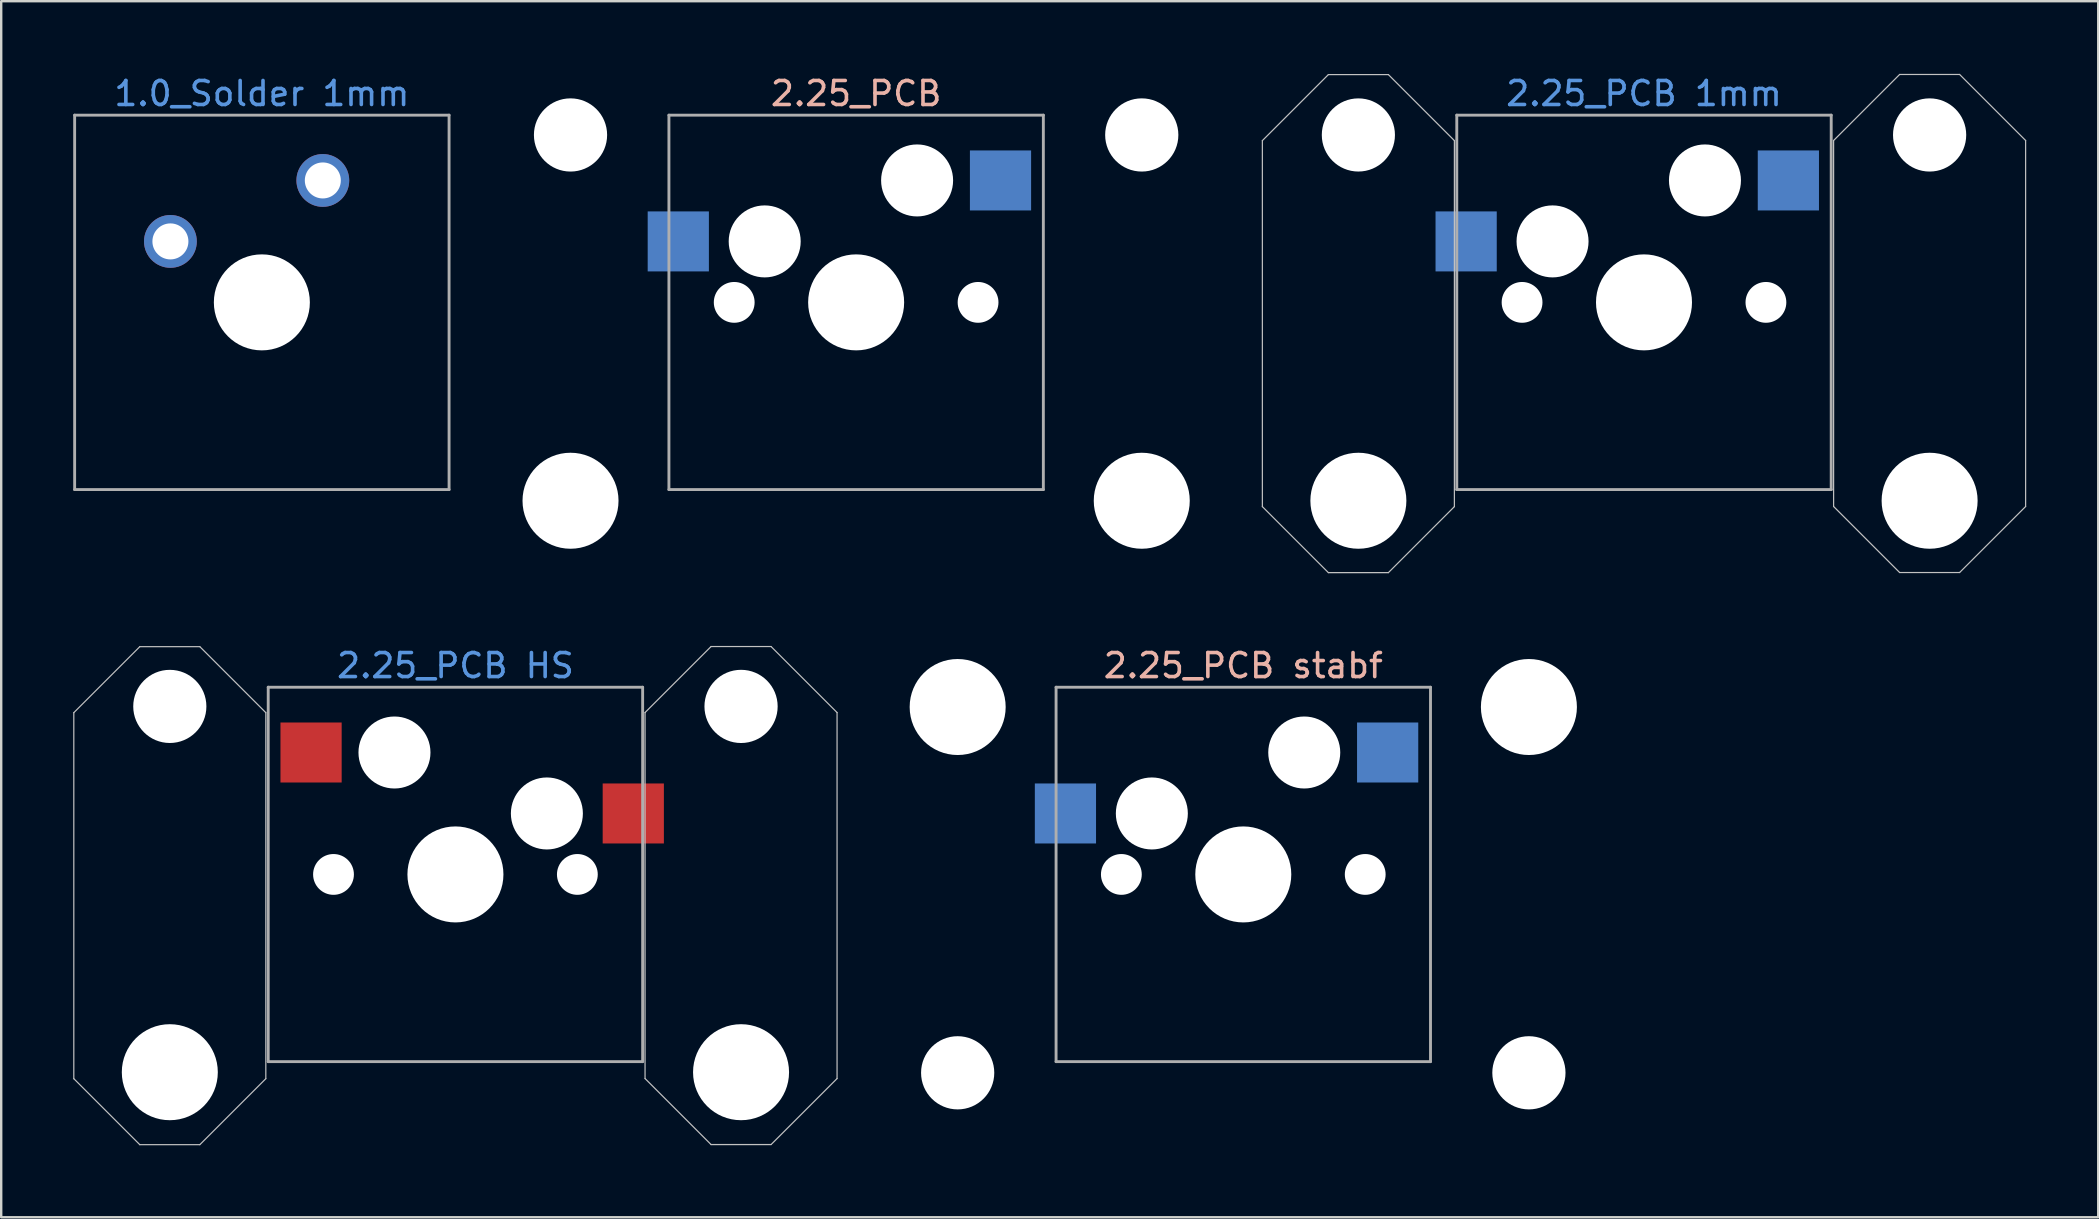
<source format=kicad_pcb>
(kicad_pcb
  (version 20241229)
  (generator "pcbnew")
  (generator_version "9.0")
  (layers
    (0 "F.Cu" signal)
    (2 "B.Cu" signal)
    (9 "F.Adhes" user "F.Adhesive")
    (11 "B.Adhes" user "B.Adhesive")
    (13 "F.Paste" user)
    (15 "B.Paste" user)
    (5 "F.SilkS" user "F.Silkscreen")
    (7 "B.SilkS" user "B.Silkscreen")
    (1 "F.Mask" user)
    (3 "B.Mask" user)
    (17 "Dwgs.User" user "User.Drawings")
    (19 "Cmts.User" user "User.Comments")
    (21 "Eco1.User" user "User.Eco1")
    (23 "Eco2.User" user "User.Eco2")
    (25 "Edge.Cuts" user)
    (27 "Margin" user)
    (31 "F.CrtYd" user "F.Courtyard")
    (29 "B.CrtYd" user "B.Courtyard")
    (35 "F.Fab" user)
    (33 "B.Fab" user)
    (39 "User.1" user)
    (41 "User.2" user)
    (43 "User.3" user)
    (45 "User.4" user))
  (footprint "1.0_Solder 1mm"
    (layer "F.Cu")
    (at 7.86 9.548)
    (property "Reference" "1.0_Solder 1mm" (at 0 -8.7 0) (layer "Cmts.User") (effects (font (size 1 1) (thickness 0.15))))
    (attr through_hole)
    (fp_line (start -7.8 -7.8) (end 7.8 -7.8) (stroke (width 0.12) (type solid)) (layer "F.Fab"))
    (fp_line (start -7.8 7.8) (end -7.8 -7.8) (stroke (width 0.12) (type solid)) (layer "F.Fab"))
    (fp_line (start 7.8 7.8) (end -7.8 7.8) (stroke (width 0.12) (type solid)) (layer "F.Fab"))
    (fp_line (start 7.8 7.8) (end 7.8 -7.8) (stroke (width 0.12) (type solid)) (layer "F.Fab"))
    (pad "" np_thru_hole circle (at 0 0) (size 4 4) (drill 4) (layers "*.Cu" "*.Mask"))
    (pad "1" thru_hole circle (at -3.81 -2.54) (size 2.2 2.2) (drill 1.5) (layers "*.Cu" "*.Mask"))
    (pad "2" thru_hole circle (at 2.54 -5.08) (size 2.2 2.2) (drill 1.5) (layers "*.Cu" "*.Mask")))
  (footprint "2.25_PCB HS"
    (layer "F.Cu")
    (at 15.925 33.382)
    (property "Reference" "2.25_PCB HS" (at 0 -8.7 0) (layer "Cmts.User") (effects (font (size 1 1) (thickness 0.15))))
    (attr smd)
    (fp_line (start -15.9 -6.74) (end -15.9 8.51) (stroke (width 0.05) (type solid)) (layer "Dwgs.User"))
    (fp_line (start -15.9 -6.74) (end -13.15 -9.49) (stroke (width 0.05) (type solid)) (layer "Dwgs.User"))
    (fp_line (start -13.15 -9.49) (end -10.65 -9.49) (stroke (width 0.05) (type solid)) (layer "Dwgs.User"))
    (fp_line (start -13.15 11.26) (end -15.9 8.51) (stroke (width 0.05) (type solid)) (layer "Dwgs.User"))
    (fp_line (start -10.65 11.26) (end -13.15 11.26) (stroke (width 0.05) (type solid)) (layer "Dwgs.User"))
    (fp_line (start -7.9 8.51) (end -10.65 11.26) (stroke (width 0.05) (type solid)) (layer "Dwgs.User"))
    (fp_line (start -7.9 -6.74) (end -10.65 -9.49) (stroke (width 0.05) (type solid)) (layer "Dwgs.User"))
    (fp_line (start -7.9 -6.74) (end -7.9 8.51) (stroke (width 0.05) (type solid)) (layer "Dwgs.User"))
    (fp_line (start 7.9 -6.745) (end 7.9 8.505) (stroke (width 0.05) (type solid)) (layer "Dwgs.User"))
    (fp_line (start 7.9 -6.745) (end 10.65 -9.495) (stroke (width 0.05) (type solid)) (layer "Dwgs.User"))
    (fp_line (start 10.65 -9.495) (end 13.15 -9.495) (stroke (width 0.05) (type solid)) (layer "Dwgs.User"))
    (fp_line (start 10.65 11.255) (end 7.9 8.505) (stroke (width 0.05) (type solid)) (layer "Dwgs.User"))
    (fp_line (start 13.15 11.255) (end 10.65 11.255) (stroke (width 0.05) (type solid)) (layer "Dwgs.User"))
    (fp_line (start 15.9 8.505) (end 13.15 11.255) (stroke (width 0.05) (type solid)) (layer "Dwgs.User"))
    (fp_line (start 15.9 -6.745) (end 13.15 -9.495) (stroke (width 0.05) (type solid)) (layer "Dwgs.User"))
    (fp_line (start 15.9 -6.745) (end 15.9 8.505) (stroke (width 0.05) (type solid)) (layer "Dwgs.User"))
    (fp_line (start -7.8 -7.8) (end 7.8 -7.8) (stroke (width 0.12) (type solid)) (layer "F.Fab"))
    (fp_line (start -7.8 7.8) (end -7.8 -7.8) (stroke (width 0.12) (type solid)) (layer "F.Fab"))
    (fp_line (start 7.8 7.8) (end -7.8 7.8) (stroke (width 0.12) (type solid)) (layer "F.Fab"))
    (fp_line (start 7.8 7.8) (end 7.8 -7.8) (stroke (width 0.12) (type solid)) (layer "F.Fab"))
    (pad "" np_thru_hole circle (at -11.9 -7) (size 3.048 3.048) (drill 3.048) (layers "*.Cu" "*.Mask"))
    (pad "" np_thru_hole circle (at -11.9 8.24) (size 4 4) (drill 4) (layers "*.Cu" "*.Mask"))
    (pad "" np_thru_hole circle (at -5.08 0) (size 1.7 1.7) (drill 1.7) (layers "*.Cu" "*.Mask"))
    (pad "" np_thru_hole circle (at -2.54 -5.08) (size 3 3) (drill 3) (layers "*.Cu" "*.Mask"))
    (pad "" np_thru_hole circle (at 0 0) (size 4 4) (drill 4) (layers "*.Cu" "*.Mask"))
    (pad "" np_thru_hole circle (at 3.81 -2.54) (size 3 3) (drill 3) (layers "*.Cu" "*.Mask"))
    (pad "" np_thru_hole circle (at 5.08 0) (size 1.7 1.7) (drill 1.7) (layers "*.Cu" "*.Mask"))
    (pad "" np_thru_hole circle (at 11.9 -7) (size 3.05 3.05) (drill 3.05) (layers "*.Cu" "*.Mask"))
    (pad "" np_thru_hole circle (at 11.9 8.24) (size 4 4) (drill 4) (layers "*.Cu" "*.Mask"))
    (pad "1" smd rect (at 7.41 -2.54) (size 2.55 2.5) (layers "F.Cu" "F.Mask" "F.Paste"))
    (pad "2" smd rect (at -6.015 -5.08) (size 2.55 2.5) (layers "F.Cu" "F.Mask" "F.Paste")))
  (footprint "2.25_PCB"
    (layer "F.Cu")
    (at 32.62 9.548)
    (property "Reference" "2.25_PCB" (at 0 -8.7 0) (layer "B.SilkS") (effects (font (size 1 1) (thickness 0.15))))
    (attr smd)
    (fp_line (start -7.8 -7.8) (end 7.8 -7.8) (stroke (width 0.12) (type solid)) (layer "F.Fab"))
    (fp_line (start -7.8 7.8) (end -7.8 -7.8) (stroke (width 0.12) (type solid)) (layer "F.Fab"))
    (fp_line (start 7.8 7.8) (end -7.8 7.8) (stroke (width 0.12) (type solid)) (layer "F.Fab"))
    (fp_line (start 7.8 7.8) (end 7.8 -7.8) (stroke (width 0.12) (type solid)) (layer "F.Fab"))
    (pad "" np_thru_hole circle (at -11.9 -6.975) (size 3.05 3.05) (drill 3.05) (layers "*.Cu" "*.Mask"))
    (pad "" np_thru_hole circle (at -11.9 8.265) (size 4 4) (drill 4) (layers "*.Cu" "*.Mask"))
    (pad "" np_thru_hole circle (at -5.08 0) (size 1.7 1.7) (drill 1.7) (layers "*.Cu" "*.Mask"))
    (pad "" np_thru_hole circle (at -3.81 -2.54) (size 3 3) (drill 3) (layers "*.Cu" "*.Mask"))
    (pad "" np_thru_hole circle (at 0 0) (size 4 4) (drill 4) (layers "*.Cu" "*.Mask"))
    (pad "" np_thru_hole circle (at 2.54 -5.08) (size 3 3) (drill 3) (layers "*.Cu" "*.Mask"))
    (pad "" np_thru_hole circle (at 5.08 0) (size 1.7 1.7) (drill 1.7) (layers "*.Cu" "*.Mask"))
    (pad "" np_thru_hole circle (at 11.9 -6.975) (size 3.05 3.05) (drill 3.05) (layers "*.Cu" "*.Mask"))
    (pad "" np_thru_hole circle (at 11.9 8.265) (size 4 4) (drill 4) (layers "*.Cu" "*.Mask"))
    (pad "1" smd rect (at -7.41 -2.54) (size 2.55 2.5) (layers "B.Cu" "B.Mask" "B.Paste"))
    (pad "2" smd rect (at 6.015 -5.08) (size 2.55 2.5) (layers "B.Cu" "B.Mask" "B.Paste")))
  (footprint "2.25_PCB stabf"
    (layer "F.Cu")
    (at 48.75 33.382)
    (property "Reference" "2.25_PCB stabf" (at 0 -8.7 0) (layer "B.SilkS") (effects (font (size 1 1) (thickness 0.15))))
    (attr smd)
    (fp_line (start -7.8 -7.8) (end 7.8 -7.8) (stroke (width 0.12) (type solid)) (layer "F.Fab"))
    (fp_line (start -7.8 7.8) (end -7.8 -7.8) (stroke (width 0.12) (type solid)) (layer "F.Fab"))
    (fp_line (start 7.8 7.8) (end -7.8 7.8) (stroke (width 0.12) (type solid)) (layer "F.Fab"))
    (fp_line (start 7.8 7.8) (end 7.8 -7.8) (stroke (width 0.12) (type solid)) (layer "F.Fab"))
    (pad "" np_thru_hole circle (at -11.9 -6.975 180) (size 4 4) (drill 4) (layers "*.Cu" "*.Mask"))
    (pad "" np_thru_hole circle (at -11.9 8.265 180) (size 3.05 3.05) (drill 3.05) (layers "*.Cu" "*.Mask"))
    (pad "" np_thru_hole circle (at -5.08 0) (size 1.7 1.7) (drill 1.7) (layers "*.Cu" "*.Mask"))
    (pad "" np_thru_hole circle (at -3.81 -2.54) (size 3 3) (drill 3) (layers "*.Cu" "*.Mask"))
    (pad "" np_thru_hole circle (at 0 0) (size 4 4) (drill 4) (layers "*.Cu" "*.Mask"))
    (pad "" np_thru_hole circle (at 2.54 -5.08) (size 3 3) (drill 3) (layers "*.Cu" "*.Mask"))
    (pad "" np_thru_hole circle (at 5.08 0) (size 1.7 1.7) (drill 1.7) (layers "*.Cu" "*.Mask"))
    (pad "" np_thru_hole circle (at 11.9 -6.975 180) (size 4 4) (drill 4) (layers "*.Cu" "*.Mask"))
    (pad "" np_thru_hole circle (at 11.9 8.265 180) (size 3.05 3.05) (drill 3.05) (layers "*.Cu" "*.Mask"))
    (pad "1" smd rect (at -7.41 -2.54) (size 2.55 2.5) (layers "B.Cu" "B.Mask" "B.Paste"))
    (pad "2" smd rect (at 6.015 -5.08) (size 2.55 2.5) (layers "B.Cu" "B.Mask" "B.Paste")))
  (footprint "2.25_PCB 1mm"
    (layer "F.Cu")
    (at 65.445 9.548)
    (property "Reference" "2.25_PCB 1mm" (at 0 -8.7 0) (layer "Cmts.User") (effects (font (size 1 1) (thickness 0.15))))
    (attr smd)
    (fp_line (start -15.9 -6.74) (end -15.9 8.51) (stroke (width 0.05) (type solid)) (layer "Dwgs.User"))
    (fp_line (start -15.9 -6.74) (end -13.15 -9.49) (stroke (width 0.05) (type solid)) (layer "Dwgs.User"))
    (fp_line (start -13.15 -9.49) (end -10.65 -9.49) (stroke (width 0.05) (type solid)) (layer "Dwgs.User"))
    (fp_line (start -13.15 11.26) (end -15.9 8.51) (stroke (width 0.05) (type solid)) (layer "Dwgs.User"))
    (fp_line (start -10.65 11.26) (end -13.15 11.26) (stroke (width 0.05) (type solid)) (layer "Dwgs.User"))
    (fp_line (start -7.9 8.51) (end -10.65 11.26) (stroke (width 0.05) (type solid)) (layer "Dwgs.User"))
    (fp_line (start -7.9 -6.74) (end -10.65 -9.49) (stroke (width 0.05) (type solid)) (layer "Dwgs.User"))
    (fp_line (start -7.9 -6.74) (end -7.9 8.51) (stroke (width 0.05) (type solid)) (layer "Dwgs.User"))
    (fp_line (start 7.9 -6.745) (end 7.9 8.505) (stroke (width 0.05) (type solid)) (layer "Dwgs.User"))
    (fp_line (start 7.9 -6.745) (end 10.65 -9.495) (stroke (width 0.05) (type solid)) (layer "Dwgs.User"))
    (fp_line (start 10.65 -9.495) (end 13.15 -9.495) (stroke (width 0.05) (type solid)) (layer "Dwgs.User"))
    (fp_line (start 10.65 11.255) (end 7.9 8.505) (stroke (width 0.05) (type solid)) (layer "Dwgs.User"))
    (fp_line (start 13.15 11.255) (end 10.65 11.255) (stroke (width 0.05) (type solid)) (layer "Dwgs.User"))
    (fp_line (start 15.9 8.505) (end 13.15 11.255) (stroke (width 0.05) (type solid)) (layer "Dwgs.User"))
    (fp_line (start 15.9 -6.745) (end 13.15 -9.495) (stroke (width 0.05) (type solid)) (layer "Dwgs.User"))
    (fp_line (start 15.9 -6.745) (end 15.9 8.505) (stroke (width 0.05) (type solid)) (layer "Dwgs.User"))
    (fp_line (start -7.8 -7.8) (end 7.8 -7.8) (stroke (width 0.12) (type solid)) (layer "F.Fab"))
    (fp_line (start -7.8 7.8) (end -7.8 -7.8) (stroke (width 0.12) (type solid)) (layer "F.Fab"))
    (fp_line (start 7.8 7.8) (end -7.8 7.8) (stroke (width 0.12) (type solid)) (layer "F.Fab"))
    (fp_line (start 7.8 7.8) (end 7.8 -7.8) (stroke (width 0.12) (type solid)) (layer "F.Fab"))
    (pad "" np_thru_hole circle (at -11.9 -6.975) (size 3.048 3.048) (drill 3.048) (layers "*.Cu" "*.Mask"))
    (pad "" np_thru_hole circle (at -11.9 8.265) (size 4 4) (drill 4) (layers "*.Cu" "*.Mask"))
    (pad "" np_thru_hole circle (at -5.08 0) (size 1.7 1.7) (drill 1.7) (layers "*.Cu" "*.Mask"))
    (pad "" np_thru_hole circle (at -3.81 -2.54) (size 3 3) (drill 3) (layers "*.Cu" "*.Mask"))
    (pad "" np_thru_hole circle (at 0 0) (size 4 4) (drill 4) (layers "*.Cu" "*.Mask"))
    (pad "" np_thru_hole circle (at 2.54 -5.08) (size 3 3) (drill 3) (layers "*.Cu" "*.Mask"))
    (pad "" np_thru_hole circle (at 5.08 0) (size 1.7 1.7) (drill 1.7) (layers "*.Cu" "*.Mask"))
    (pad "" np_thru_hole circle (at 11.9 -6.975) (size 3.05 3.05) (drill 3.05) (layers "*.Cu" "*.Mask"))
    (pad "" np_thru_hole circle (at 11.9 8.265) (size 4 4) (drill 4) (layers "*.Cu" "*.Mask"))
    (pad "1" smd rect (at -7.41 -2.54) (size 2.55 2.5) (layers "B.Cu" "B.Mask" "B.Paste"))
    (pad "2" smd rect (at 6.015 -5.08) (size 2.55 2.5) (layers "B.Cu" "B.Mask" "B.Paste")))
  (gr_rect
    (start -3 -3)
    (end 84.37 47.666)
    (stroke (width 0.1) (type default))
    (fill no)
    (layer "Edge.Cuts")))
</source>
